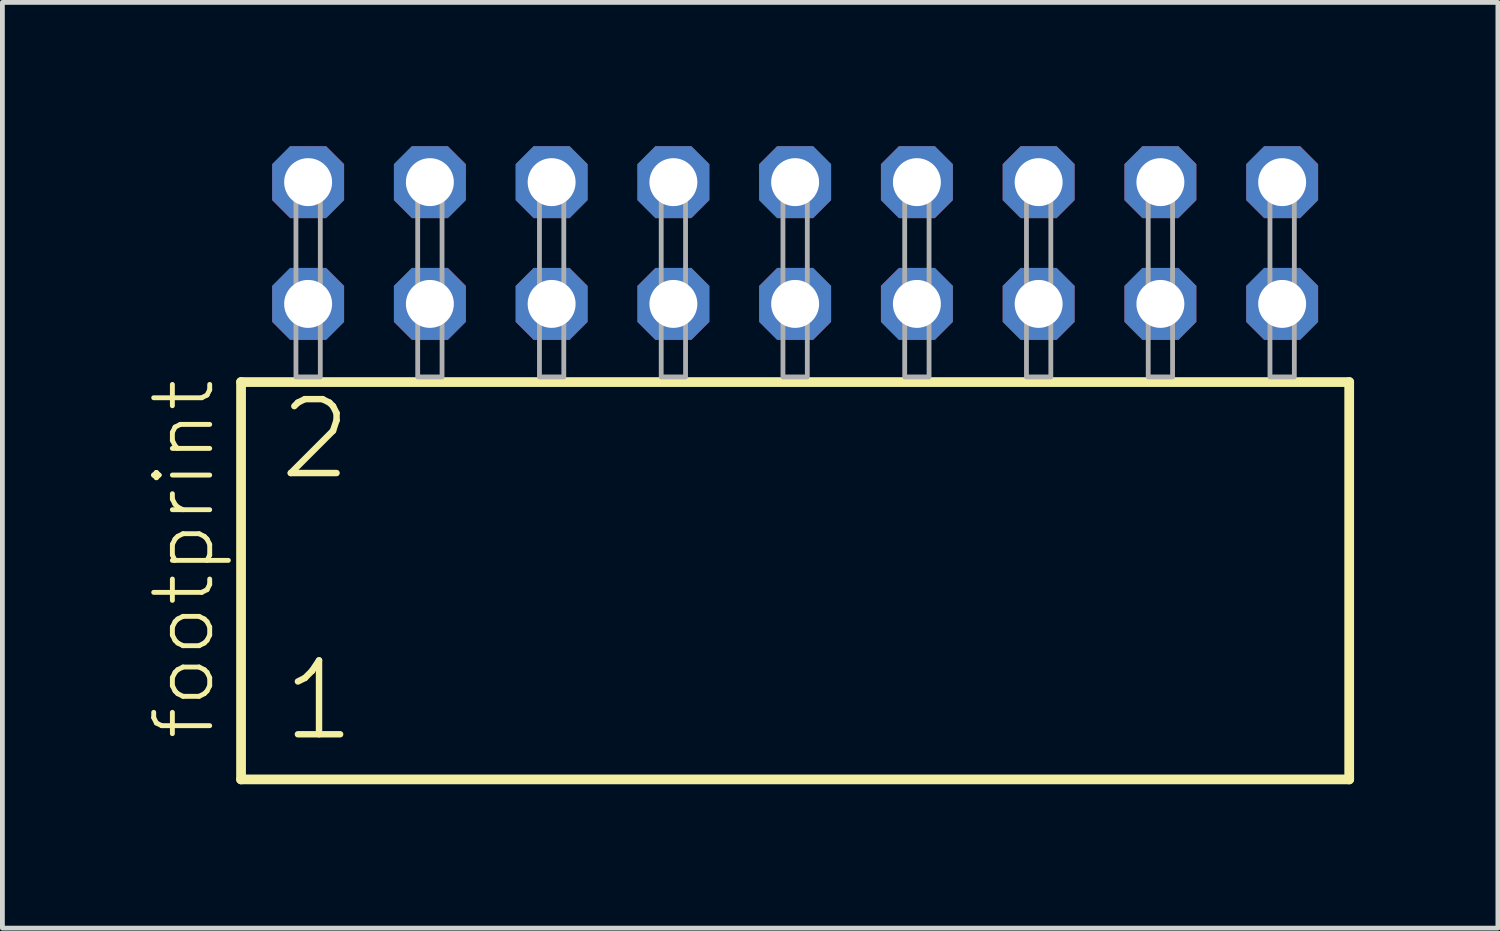
<source format=kicad_pcb>
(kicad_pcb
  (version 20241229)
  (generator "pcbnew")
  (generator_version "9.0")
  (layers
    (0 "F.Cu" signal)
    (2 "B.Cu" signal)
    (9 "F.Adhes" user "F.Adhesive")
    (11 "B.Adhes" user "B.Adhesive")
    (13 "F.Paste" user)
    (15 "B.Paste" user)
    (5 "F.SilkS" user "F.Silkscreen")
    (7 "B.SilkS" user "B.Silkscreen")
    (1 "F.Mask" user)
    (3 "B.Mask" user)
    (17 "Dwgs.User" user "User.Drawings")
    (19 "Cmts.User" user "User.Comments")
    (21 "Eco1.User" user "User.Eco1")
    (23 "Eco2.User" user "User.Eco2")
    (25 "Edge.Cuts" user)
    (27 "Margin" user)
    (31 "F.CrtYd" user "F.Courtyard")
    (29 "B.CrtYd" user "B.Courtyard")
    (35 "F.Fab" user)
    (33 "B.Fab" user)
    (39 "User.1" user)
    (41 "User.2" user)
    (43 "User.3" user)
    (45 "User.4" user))
  (footprint "footprint"
    (layer "F.Cu")
    (at 13.538 4.814)
    (property "Reference" "footprint" (at -12.065 7.62 90) (layer "F.SilkS") (effects (font (size 1.168 1.168) (thickness 0.102)) (justify left bottom)))
    (fp_line (start -11.559 0.106) (end -11.559 8.396) (stroke (width 0.203) (type solid)) (layer "F.SilkS"))
    (fp_line (start -11.559 8.396) (end 11.559 8.396) (stroke (width 0.203) (type solid)) (layer "F.SilkS"))
    (fp_line (start 11.559 0.106) (end -11.559 0.106) (stroke (width 0.203) (type solid)) (layer "F.SilkS"))
    (fp_line (start 11.559 8.396) (end 11.559 0.106) (stroke (width 0.203) (type solid)) (layer "F.SilkS"))
    (fp_poly (pts (xy -10.414 0) (xy -9.906 0) (xy -9.906 -4.318) (xy -10.414 -4.318)) (stroke (width 0.1) (type solid)) (fill no) (layer "F.Fab"))
    (fp_poly (pts (xy -7.874 0) (xy -7.366 0) (xy -7.366 -4.318) (xy -7.874 -4.318)) (stroke (width 0.1) (type solid)) (fill no) (layer "F.Fab"))
    (fp_poly (pts (xy -5.334 0) (xy -4.826 0) (xy -4.826 -4.318) (xy -5.334 -4.318)) (stroke (width 0.1) (type solid)) (fill no) (layer "F.Fab"))
    (fp_poly (pts (xy -2.794 0) (xy -2.286 0) (xy -2.286 -4.318) (xy -2.794 -4.318)) (stroke (width 0.1) (type solid)) (fill no) (layer "F.Fab"))
    (fp_poly (pts (xy -0.254 0) (xy 0.254 0) (xy 0.254 -4.318) (xy -0.254 -4.318)) (stroke (width 0.1) (type solid)) (fill no) (layer "F.Fab"))
    (fp_poly (pts (xy 2.286 0) (xy 2.794 0) (xy 2.794 -4.318) (xy 2.286 -4.318)) (stroke (width 0.1) (type solid)) (fill no) (layer "F.Fab"))
    (fp_poly (pts (xy 4.826 0) (xy 5.334 0) (xy 5.334 -4.318) (xy 4.826 -4.318)) (stroke (width 0.1) (type solid)) (fill no) (layer "F.Fab"))
    (fp_poly (pts (xy 7.366 0) (xy 7.874 0) (xy 7.874 -4.318) (xy 7.366 -4.318)) (stroke (width 0.1) (type solid)) (fill no) (layer "F.Fab"))
    (fp_poly (pts (xy 9.906 0) (xy 10.414 0) (xy 10.414 -4.318) (xy 9.906 -4.318)) (stroke (width 0.1) (type solid)) (fill no) (layer "F.Fab"))
    (fp_text user "1" (at -10.755 7.65 0) (layer "F.SilkS") (effects (font (size 1.542 1.542) (thickness 0.134)) (justify left bottom)))
    (fp_text user "2" (at -10.83 2.2 0) (layer "F.SilkS") (effects (font (size 1.542 1.542) (thickness 0.134)) (justify left bottom)))
    (pad "1" thru_hole roundrect (at -10.16 -1.524) (size 1.5 1.5) (drill 1) (layers "*.Cu" "*.Mask") (roundrect_rratio 0.25) (chamfer_ratio 0.25) (chamfer top_left top_right bottom_left bottom_right))
    (pad "2" thru_hole roundrect (at -10.16 -4.064) (size 1.5 1.5) (drill 1) (layers "*.Cu" "*.Mask") (roundrect_rratio 0.25) (chamfer_ratio 0.25) (chamfer top_left top_right bottom_left bottom_right))
    (pad "3" thru_hole roundrect (at -7.62 -1.524) (size 1.5 1.5) (drill 1) (layers "*.Cu" "*.Mask") (roundrect_rratio 0.25) (chamfer_ratio 0.25) (chamfer top_left top_right bottom_left bottom_right))
    (pad "4" thru_hole roundrect (at -7.62 -4.064) (size 1.5 1.5) (drill 1) (layers "*.Cu" "*.Mask") (roundrect_rratio 0.25) (chamfer_ratio 0.25) (chamfer top_left top_right bottom_left bottom_right))
    (pad "5" thru_hole roundrect (at -5.08 -1.524) (size 1.5 1.5) (drill 1) (layers "*.Cu" "*.Mask") (roundrect_rratio 0.25) (chamfer_ratio 0.25) (chamfer top_left top_right bottom_left bottom_right))
    (pad "6" thru_hole roundrect (at -5.08 -4.064) (size 1.5 1.5) (drill 1) (layers "*.Cu" "*.Mask") (roundrect_rratio 0.25) (chamfer_ratio 0.25) (chamfer top_left top_right bottom_left bottom_right))
    (pad "7" thru_hole roundrect (at -2.54 -1.524) (size 1.5 1.5) (drill 1) (layers "*.Cu" "*.Mask") (roundrect_rratio 0.25) (chamfer_ratio 0.25) (chamfer top_left top_right bottom_left bottom_right))
    (pad "8" thru_hole roundrect (at -2.54 -4.064) (size 1.5 1.5) (drill 1) (layers "*.Cu" "*.Mask") (roundrect_rratio 0.25) (chamfer_ratio 0.25) (chamfer top_left top_right bottom_left bottom_right))
    (pad "9" thru_hole roundrect (at 0 -1.524) (size 1.5 1.5) (drill 1) (layers "*.Cu" "*.Mask") (roundrect_rratio 0.25) (chamfer_ratio 0.25) (chamfer top_left top_right bottom_left bottom_right))
    (pad "10" thru_hole roundrect (at 0 -4.064) (size 1.5 1.5) (drill 1) (layers "*.Cu" "*.Mask") (roundrect_rratio 0.25) (chamfer_ratio 0.25) (chamfer top_left top_right bottom_left bottom_right))
    (pad "11" thru_hole roundrect (at 2.54 -1.524) (size 1.5 1.5) (drill 1) (layers "*.Cu" "*.Mask") (roundrect_rratio 0.25) (chamfer_ratio 0.25) (chamfer top_left top_right bottom_left bottom_right))
    (pad "12" thru_hole roundrect (at 2.54 -4.064) (size 1.5 1.5) (drill 1) (layers "*.Cu" "*.Mask") (roundrect_rratio 0.25) (chamfer_ratio 0.25) (chamfer top_left top_right bottom_left bottom_right))
    (pad "13" thru_hole roundrect (at 5.08 -1.524) (size 1.5 1.5) (drill 1) (layers "*.Cu" "*.Mask") (roundrect_rratio 0.25) (chamfer_ratio 0.25) (chamfer top_left top_right bottom_left bottom_right))
    (pad "14" thru_hole roundrect (at 5.08 -4.064) (size 1.5 1.5) (drill 1) (layers "*.Cu" "*.Mask") (roundrect_rratio 0.25) (chamfer_ratio 0.25) (chamfer top_left top_right bottom_left bottom_right))
    (pad "15" thru_hole roundrect (at 7.62 -1.524) (size 1.5 1.5) (drill 1) (layers "*.Cu" "*.Mask") (roundrect_rratio 0.25) (chamfer_ratio 0.25) (chamfer top_left top_right bottom_left bottom_right))
    (pad "16" thru_hole roundrect (at 7.62 -4.064) (size 1.5 1.5) (drill 1) (layers "*.Cu" "*.Mask") (roundrect_rratio 0.25) (chamfer_ratio 0.25) (chamfer top_left top_right bottom_left bottom_right))
    (pad "17" thru_hole roundrect (at 10.16 -1.524) (size 1.5 1.5) (drill 1) (layers "*.Cu" "*.Mask") (roundrect_rratio 0.25) (chamfer_ratio 0.25) (chamfer top_left top_right bottom_left bottom_right))
    (pad "18" thru_hole roundrect (at 10.16 -4.064) (size 1.5 1.5) (drill 1) (layers "*.Cu" "*.Mask") (roundrect_rratio 0.25) (chamfer_ratio 0.25) (chamfer top_left top_right bottom_left bottom_right)))
  (gr_rect
    (start -3 -3)
    (end 28.199 16.312)
    (stroke (width 0.1) (type default))
    (fill no)
    (layer "Edge.Cuts")))
</source>
